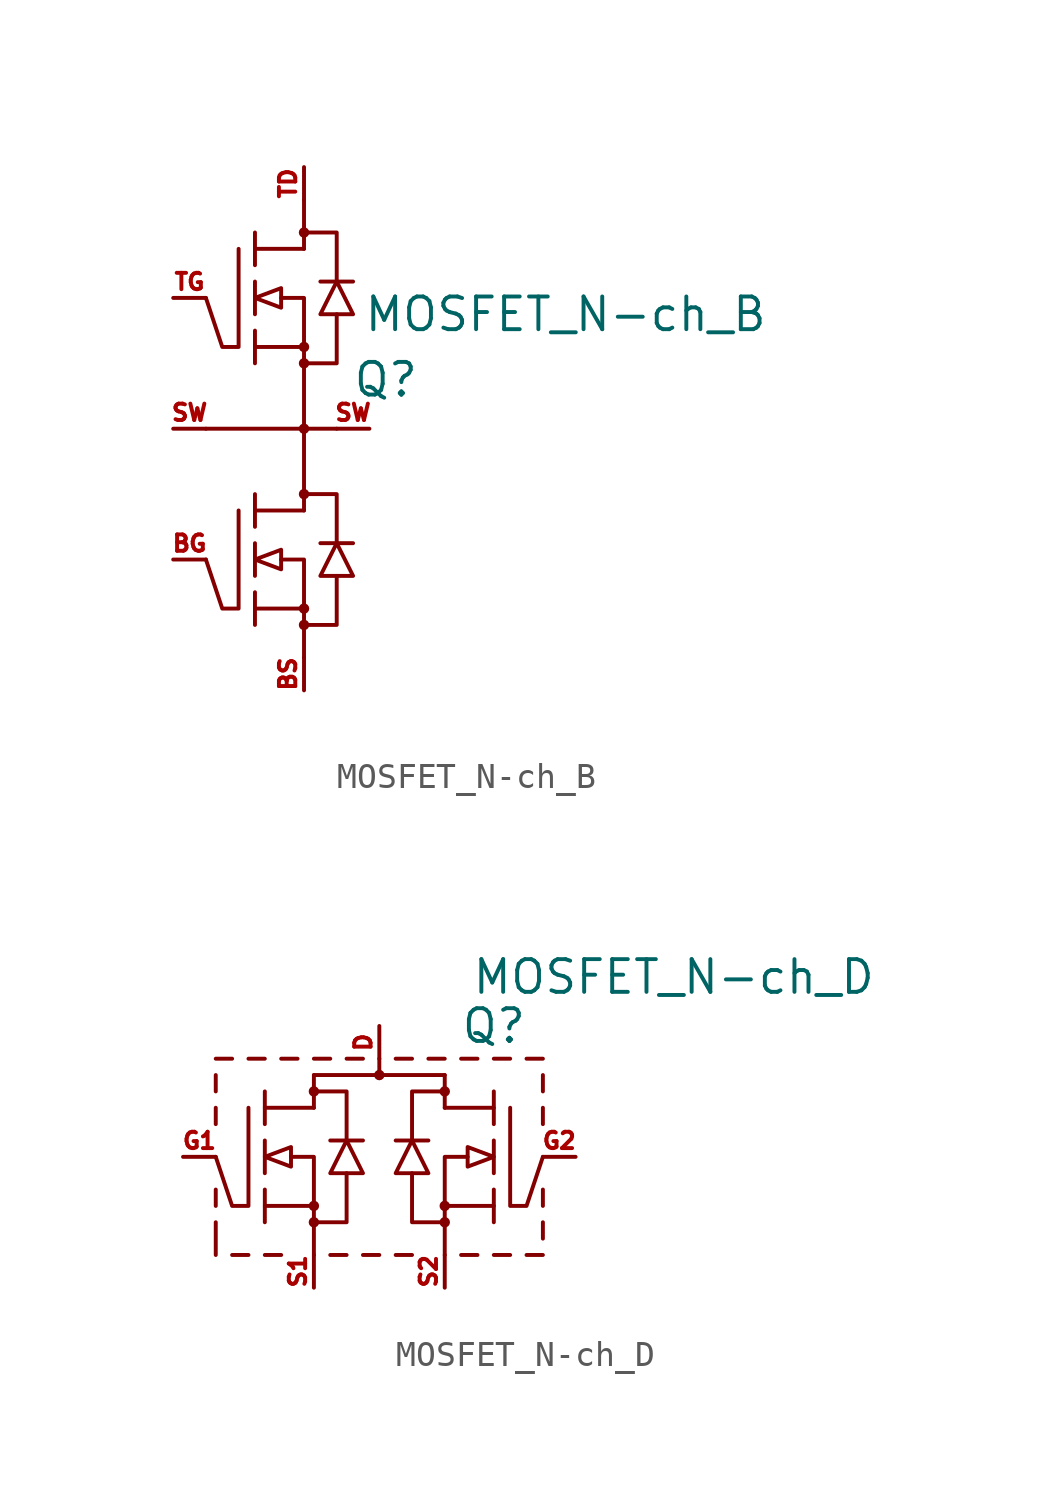
<source format=kicad_sym>
(kicad_symbol_lib
  (version 20211014)
  (generator kicad_symbol_editor)
  (symbol "MOSFET_N-ch_B"
    (pin_names hide)
    (property "Reference" "Q"
      (at 3.175 1.905 0)
      (effects (font (size 1.27 1.27))))
    (property "Value" "MOSFET_N-ch_B"
      (at 10.16 4.445 0)
      (effects (font (size 1.27 1.27))))
    (symbol "MOSFET_N-ch_B_0_1"
      (circle (center 0 -7.62) (radius 0.127) (stroke (width 0) (type default) (color 0 0 0 0)) (fill (type outline)))
      (circle (center 0 -6.985) (radius 0.127) (stroke (width 0) (type default) (color 0 0 0 0)) (fill (type outline)))
      (circle (center 0 -2.54) (radius 0.127) (stroke (width 0) (type default) (color 0 0 0 0)) (fill (type outline)))
      (polyline (pts (xy -3.81 0) (xy 0 0)) (stroke (width 0) (type default) (color 0 0 0 0)) (fill (type none)))
      (polyline (pts (xy -1.905 -6.985) (xy 0 -6.985)) (stroke (width 0) (type default) (color 0 0 0 0)) (fill (type none)))
      (polyline (pts (xy -1.905 -6.35) (xy -1.905 -7.62)) (stroke (width 0) (type default) (color 0 0 0 0)) (fill (type none)))
      (polyline (pts (xy -1.905 -4.445) (xy -1.905 -5.715)) (stroke (width 0) (type default) (color 0 0 0 0)) (fill (type none)))
      (polyline (pts (xy -1.905 -3.175) (xy 0 -3.175)) (stroke (width 0) (type default) (color 0 0 0 0)) (fill (type none)))
      (polyline (pts (xy -1.905 -2.54) (xy -1.905 -3.81)) (stroke (width 0) (type default) (color 0 0 0 0)) (fill (type none)))
      (polyline (pts (xy -1.905 3.175) (xy 0 3.175)) (stroke (width 0) (type default) (color 0 0 0 0)) (fill (type none)))
      (polyline (pts (xy -1.905 3.81) (xy -1.905 2.54)) (stroke (width 0) (type default) (color 0 0 0 0)) (fill (type none)))
      (polyline (pts (xy -1.905 5.715) (xy -1.905 4.445)) (stroke (width 0) (type default) (color 0 0 0 0)) (fill (type none)))
      (polyline (pts (xy -1.905 6.985) (xy 0 6.985)) (stroke (width 0) (type default) (color 0 0 0 0)) (fill (type none)))
      (polyline (pts (xy -1.905 7.62) (xy -1.905 6.35)) (stroke (width 0) (type default) (color 0 0 0 0)) (fill (type none)))
      (polyline (pts (xy 0 -6.985) (xy 0 -8.89)) (stroke (width 0) (type default) (color 0 0 0 0)) (fill (type none)))
      (polyline (pts (xy 0 -3.175) (xy 0 0)) (stroke (width 0) (type default) (color 0 0 0 0)) (fill (type none)))
      (polyline (pts (xy 0 3.175) (xy 0 0)) (stroke (width 0) (type default) (color 0 0 0 0)) (fill (type none)))
      (polyline (pts (xy 0 8.89) (xy 0 6.985)) (stroke (width 0) (type default) (color 0 0 0 0)) (fill (type none)))
      (polyline (pts (xy 0.635 -4.445) (xy 1.905 -4.445)) (stroke (width 0) (type default) (color 0 0 0 0)) (fill (type none)))
      (polyline (pts (xy 0.635 5.715) (xy 1.905 5.715)) (stroke (width 0) (type default) (color 0 0 0 0)) (fill (type none)))
      (polyline (pts (xy 1.27 0) (xy 0 0)) (stroke (width 0) (type default) (color 0 0 0 0)) (fill (type none)))
      (polyline (pts (xy -0.889 -5.08) (xy 0 -5.08) (xy 0 -6.985)) (stroke (width 0) (type default) (color 0 0 0 0)) (fill (type none)))
      (polyline (pts (xy -0.889 5.08) (xy 0 5.08) (xy 0 3.175)) (stroke (width 0) (type default) (color 0 0 0 0)) (fill (type none)))
      (polyline (pts (xy 0 -7.62) (xy 1.27 -7.62) (xy 1.27 -5.715)) (stroke (width 0) (type default) (color 0 0 0 0)) (fill (type none)))
      (polyline (pts (xy 0 -2.54) (xy 1.27 -2.54) (xy 1.27 -4.445)) (stroke (width 0) (type default) (color 0 0 0 0)) (fill (type none)))
      (polyline (pts (xy 0 2.54) (xy 1.27 2.54) (xy 1.27 4.445)) (stroke (width 0) (type default) (color 0 0 0 0)) (fill (type none)))
      (polyline (pts (xy 0 7.62) (xy 1.27 7.62) (xy 1.27 5.715)) (stroke (width 0) (type default) (color 0 0 0 0)) (fill (type none)))
      (polyline (pts (xy -2.54 -3.175) (xy -2.54 -6.985) (xy -3.175 -6.985) (xy -3.81 -5.08)) (stroke (width 0) (type default) (color 0 0 0 0)) (fill (type none)))
      (polyline (pts (xy -2.54 6.985) (xy -2.54 3.175) (xy -3.175 3.175) (xy -3.81 5.08)) (stroke (width 0) (type default) (color 0 0 0 0)) (fill (type none)))
      (polyline (pts (xy -1.905 -5.08) (xy -0.889 -4.699) (xy -0.889 -5.461) (xy -1.905 -5.08)) (stroke (width 0) (type default) (color 0 0 0 0)) (fill (type none)))
      (polyline (pts (xy -1.905 5.08) (xy -0.889 5.461) (xy -0.889 4.699) (xy -1.905 5.08)) (stroke (width 0) (type default) (color 0 0 0 0)) (fill (type none)))
      (polyline (pts (xy 1.27 -4.445) (xy 0.635 -5.715) (xy 1.905 -5.715) (xy 1.27 -4.445)) (stroke (width 0) (type default) (color 0 0 0 0)) (fill (type none)))
      (polyline (pts (xy 1.27 5.715) (xy 0.635 4.445) (xy 1.905 4.445) (xy 1.27 5.715)) (stroke (width 0) (type default) (color 0 0 0 0)) (fill (type none)))
      (circle (center 0 0) (radius 0.127) (stroke (width 0) (type default) (color 0 0 0 0)) (fill (type outline)))
      (circle (center 0 2.54) (radius 0.127) (stroke (width 0) (type default) (color 0 0 0 0)) (fill (type outline)))
      (circle (center 0 3.175) (radius 0.127) (stroke (width 0) (type default) (color 0 0 0 0)) (fill (type outline)))
      (circle (center 0 7.62) (radius 0.127) (stroke (width 0) (type default) (color 0 0 0 0)) (fill (type outline))))
    (symbol "MOSFET_N-ch_B_1_1"
      (pin passive line (at -5.08 -5.08 0) (length 1.27) (name "Gate_bottom" (effects (font (size 0.635 0.635)))) (number "BG" (effects (font (size 0.635 0.635)))))
      (pin passive line (at 0 -10.16 90) (length 1.27) (name "Source_bottom" (effects (font (size 0.635 0.635)))) (number "BS" (effects (font (size 0.635 0.635)))))
      (pin passive line (at -5.08 0 0) (length 1.27) (name "Switch" (effects (font (size 0.635 0.635)))) (number "SW" (effects (font (size 0.635 0.635)))))
      (pin passive line (at 2.54 0 180) (length 1.27) (name "Switch" (effects (font (size 0.635 0.635)))) (number "SW" (effects (font (size 0.635 0.635)))))
      (pin passive line (at 0 10.16 270) (length 1.27) (name "Drain_top" (effects (font (size 0.635 0.635)))) (number "TD" (effects (font (size 0.635 0.635)))))
      (pin passive line (at -5.08 5.08 0) (length 1.27) (name "Gate_top" (effects (font (size 0.635 0.635)))) (number "TG" (effects (font (size 0.635 0.635)))))))
  (symbol "MOSFET_N-ch_D"
    (pin_names hide)
    (property "Reference" "Q"
      (at 4.445 5.08 0)
      (effects (font (size 1.27 1.27))))
    (property "Value" "MOSFET_N-ch_D"
      (at 11.43 6.985 0)
      (effects (font (size 1.27 1.27))))
    (symbol "MOSFET_N-ch_D_0_1"
      (circle (center -2.54 -2.54) (radius 0.127) (stroke (width 0) (type default) (color 0 0 0 0)) (fill (type outline)))
      (circle (center -2.54 -1.905) (radius 0.127) (stroke (width 0) (type default) (color 0 0 0 0)) (fill (type outline)))
      (circle (center -2.54 2.54) (radius 0.127) (stroke (width 0) (type default) (color 0 0 0 0)) (fill (type outline)))
      (polyline (pts (xy -6.35 -3.81) (xy -6.35 -2.54)) (stroke (width 0) (type default) (color 0 0 0 0)) (fill (type none)))
      (polyline (pts (xy -6.35 -1.905) (xy -6.35 -1.27)) (stroke (width 0) (type default) (color 0 0 0 0)) (fill (type none)))
      (polyline (pts (xy -6.35 1.27) (xy -6.35 1.905)) (stroke (width 0) (type default) (color 0 0 0 0)) (fill (type none)))
      (polyline (pts (xy -6.35 2.54) (xy -6.35 3.175)) (stroke (width 0) (type default) (color 0 0 0 0)) (fill (type none)))
      (polyline (pts (xy -6.35 3.81) (xy -5.715 3.81)) (stroke (width 0) (type default) (color 0 0 0 0)) (fill (type none)))
      (polyline (pts (xy -5.08 -3.81) (xy -5.715 -3.81)) (stroke (width 0) (type default) (color 0 0 0 0)) (fill (type none)))
      (polyline (pts (xy -5.08 3.81) (xy -4.445 3.81)) (stroke (width 0) (type default) (color 0 0 0 0)) (fill (type none)))
      (polyline (pts (xy -4.445 -1.905) (xy -2.54 -1.905)) (stroke (width 0) (type default) (color 0 0 0 0)) (fill (type none)))
      (polyline (pts (xy -4.445 -1.27) (xy -4.445 -2.54)) (stroke (width 0) (type default) (color 0 0 0 0)) (fill (type none)))
      (polyline (pts (xy -4.445 0.635) (xy -4.445 -0.635)) (stroke (width 0) (type default) (color 0 0 0 0)) (fill (type none)))
      (polyline (pts (xy -4.445 1.905) (xy -2.54 1.905)) (stroke (width 0) (type default) (color 0 0 0 0)) (fill (type none)))
      (polyline (pts (xy -4.445 2.54) (xy -4.445 1.27)) (stroke (width 0) (type default) (color 0 0 0 0)) (fill (type none)))
      (polyline (pts (xy -3.81 -3.81) (xy -4.445 -3.81)) (stroke (width 0) (type default) (color 0 0 0 0)) (fill (type none)))
      (polyline (pts (xy -3.81 3.81) (xy -3.175 3.81)) (stroke (width 0) (type default) (color 0 0 0 0)) (fill (type none)))
      (polyline (pts (xy -2.54 -1.905) (xy -2.54 -3.81)) (stroke (width 0) (type default) (color 0 0 0 0)) (fill (type none)))
      (polyline (pts (xy -2.54 3.175) (xy -2.54 1.905)) (stroke (width 0) (type default) (color 0 0 0 0)) (fill (type none)))
      (polyline (pts (xy -2.54 3.175) (xy 2.54 3.175)) (stroke (width 0) (type default) (color 0 0 0 0)) (fill (type none)))
      (polyline (pts (xy -2.54 3.81) (xy -1.905 3.81)) (stroke (width 0) (type default) (color 0 0 0 0)) (fill (type none)))
      (polyline (pts (xy -1.905 0.635) (xy -0.635 0.635)) (stroke (width 0) (type default) (color 0 0 0 0)) (fill (type none)))
      (polyline (pts (xy -1.27 -3.81) (xy -1.905 -3.81)) (stroke (width 0) (type default) (color 0 0 0 0)) (fill (type none)))
      (polyline (pts (xy -1.27 3.81) (xy -0.635 3.81)) (stroke (width 0) (type default) (color 0 0 0 0)) (fill (type none)))
      (polyline (pts (xy 0 -3.81) (xy -0.635 -3.81)) (stroke (width 0) (type default) (color 0 0 0 0)) (fill (type none)))
      (polyline (pts (xy 0 3.81) (xy 0 3.175)) (stroke (width 0) (type default) (color 0 0 0 0)) (fill (type none)))
      (polyline (pts (xy 0.635 3.81) (xy 1.27 3.81)) (stroke (width 0) (type default) (color 0 0 0 0)) (fill (type none)))
      (polyline (pts (xy 1.27 -3.81) (xy 0.635 -3.81)) (stroke (width 0) (type default) (color 0 0 0 0)) (fill (type none)))
      (polyline (pts (xy 1.905 0.635) (xy 0.635 0.635)) (stroke (width 0) (type default) (color 0 0 0 0)) (fill (type none)))
      (polyline (pts (xy 1.905 3.81) (xy 2.54 3.81)) (stroke (width 0) (type default) (color 0 0 0 0)) (fill (type none)))
      (polyline (pts (xy 2.54 -3.81) (xy 2.54 -1.905)) (stroke (width 0) (type default) (color 0 0 0 0)) (fill (type none)))
      (polyline (pts (xy 2.54 1.905) (xy 2.54 3.175)) (stroke (width 0) (type default) (color 0 0 0 0)) (fill (type none)))
      (polyline (pts (xy 3.175 3.81) (xy 3.81 3.81)) (stroke (width 0) (type default) (color 0 0 0 0)) (fill (type none)))
      (polyline (pts (xy 3.81 -3.81) (xy 3.175 -3.81)) (stroke (width 0) (type default) (color 0 0 0 0)) (fill (type none)))
      (polyline (pts (xy 4.445 -1.905) (xy 2.54 -1.905)) (stroke (width 0) (type default) (color 0 0 0 0)) (fill (type none)))
      (polyline (pts (xy 4.445 -1.27) (xy 4.445 -2.54)) (stroke (width 0) (type default) (color 0 0 0 0)) (fill (type none)))
      (polyline (pts (xy 4.445 0.635) (xy 4.445 -0.635)) (stroke (width 0) (type default) (color 0 0 0 0)) (fill (type none)))
      (polyline (pts (xy 4.445 1.905) (xy 2.54 1.905)) (stroke (width 0) (type default) (color 0 0 0 0)) (fill (type none)))
      (polyline (pts (xy 4.445 2.54) (xy 4.445 1.27)) (stroke (width 0) (type default) (color 0 0 0 0)) (fill (type none)))
      (polyline (pts (xy 4.445 3.81) (xy 5.08 3.81)) (stroke (width 0) (type default) (color 0 0 0 0)) (fill (type none)))
      (polyline (pts (xy 5.08 -3.81) (xy 4.445 -3.81)) (stroke (width 0) (type default) (color 0 0 0 0)) (fill (type none)))
      (polyline (pts (xy 5.715 3.81) (xy 6.35 3.81)) (stroke (width 0) (type default) (color 0 0 0 0)) (fill (type none)))
      (polyline (pts (xy 6.35 -3.81) (xy 5.715 -3.81)) (stroke (width 0) (type default) (color 0 0 0 0)) (fill (type none)))
      (polyline (pts (xy 6.35 -2.54) (xy 6.35 -3.175)) (stroke (width 0) (type default) (color 0 0 0 0)) (fill (type none)))
      (polyline (pts (xy 6.35 -1.27) (xy 6.35 -1.905)) (stroke (width 0) (type default) (color 0 0 0 0)) (fill (type none)))
      (polyline (pts (xy 6.35 1.905) (xy 6.35 1.27)) (stroke (width 0) (type default) (color 0 0 0 0)) (fill (type none)))
      (polyline (pts (xy 6.35 3.175) (xy 6.35 2.54)) (stroke (width 0) (type default) (color 0 0 0 0)) (fill (type none)))
      (polyline (pts (xy -3.429 0) (xy -2.54 0) (xy -2.54 -1.905)) (stroke (width 0) (type default) (color 0 0 0 0)) (fill (type none)))
      (polyline (pts (xy -2.54 -2.54) (xy -1.27 -2.54) (xy -1.27 -0.635)) (stroke (width 0) (type default) (color 0 0 0 0)) (fill (type none)))
      (polyline (pts (xy -2.54 2.54) (xy -1.27 2.54) (xy -1.27 0.635)) (stroke (width 0) (type default) (color 0 0 0 0)) (fill (type none)))
      (polyline (pts (xy 2.54 -2.54) (xy 1.27 -2.54) (xy 1.27 -0.635)) (stroke (width 0) (type default) (color 0 0 0 0)) (fill (type none)))
      (polyline (pts (xy 2.54 2.54) (xy 1.27 2.54) (xy 1.27 0.635)) (stroke (width 0) (type default) (color 0 0 0 0)) (fill (type none)))
      (polyline (pts (xy 3.429 0) (xy 2.54 0) (xy 2.54 -1.905)) (stroke (width 0) (type default) (color 0 0 0 0)) (fill (type none)))
      (polyline (pts (xy -5.08 1.905) (xy -5.08 -1.905) (xy -5.715 -1.905) (xy -6.35 0)) (stroke (width 0) (type default) (color 0 0 0 0)) (fill (type none)))
      (polyline (pts (xy -4.445 0) (xy -3.429 0.381) (xy -3.429 -0.381) (xy -4.445 0)) (stroke (width 0) (type default) (color 0 0 0 0)) (fill (type none)))
      (polyline (pts (xy -1.27 0.635) (xy -1.905 -0.635) (xy -0.635 -0.635) (xy -1.27 0.635)) (stroke (width 0) (type default) (color 0 0 0 0)) (fill (type none)))
      (polyline (pts (xy 1.27 0.635) (xy 1.905 -0.635) (xy 0.635 -0.635) (xy 1.27 0.635)) (stroke (width 0) (type default) (color 0 0 0 0)) (fill (type none)))
      (polyline (pts (xy 4.445 0) (xy 3.429 0.381) (xy 3.429 -0.381) (xy 4.445 0)) (stroke (width 0) (type default) (color 0 0 0 0)) (fill (type none)))
      (polyline (pts (xy 5.08 1.905) (xy 5.08 -1.905) (xy 5.715 -1.905) (xy 6.35 0)) (stroke (width 0) (type default) (color 0 0 0 0)) (fill (type none)))
      (circle (center 0 3.175) (radius 0.127) (stroke (width 0) (type default) (color 0 0 0 0)) (fill (type outline)))
      (circle (center 2.54 -2.54) (radius 0.127) (stroke (width 0) (type default) (color 0 0 0 0)) (fill (type outline)))
      (circle (center 2.54 -1.905) (radius 0.127) (stroke (width 0) (type default) (color 0 0 0 0)) (fill (type outline)))
      (circle (center 2.54 2.54) (radius 0.127) (stroke (width 0) (type default) (color 0 0 0 0)) (fill (type outline))))
    (symbol "MOSFET_N-ch_D_1_1"
      (pin passive line (at 0 5.08 270) (length 1.27) (name "Drain" (effects (font (size 0.635 0.635)))) (number "D" (effects (font (size 0.635 0.635)))))
      (pin passive line (at -7.62 0 0) (length 1.27) (name "Gate" (effects (font (size 0.635 0.635)))) (number "G1" (effects (font (size 0.635 0.635)))))
      (pin passive line (at 7.62 0 180) (length 1.27) (name "Gate" (effects (font (size 0.635 0.635)))) (number "G2" (effects (font (size 0.635 0.635)))))
      (pin passive line (at -2.54 -5.08 90) (length 1.27) (name "Source" (effects (font (size 0.635 0.635)))) (number "S1" (effects (font (size 0.635 0.635)))))
      (pin passive line (at 2.54 -5.08 90) (length 1.27) (name "Source" (effects (font (size 0.635 0.635)))) (number "S2" (effects (font (size 0.635 0.635))))))))
</source>
